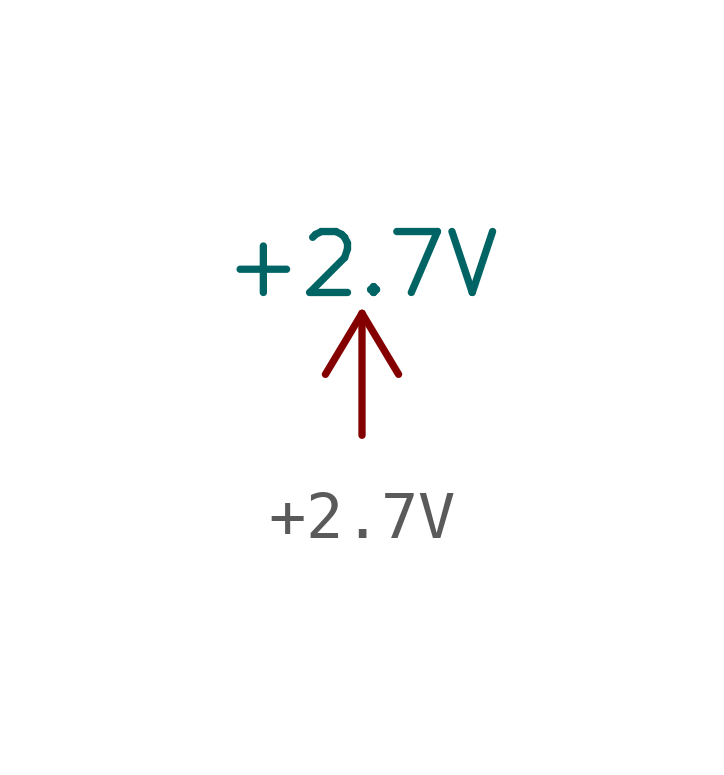
<source format=kicad_sym>
(kicad_symbol_lib
  (version 20211014)
  (generator kicad_symbol_editor)
  (symbol "+2.7V"
    (power)
    (pin_names
      (offset 0))
    (property "Reference" "#PWR"
      (at 0 -3.81 0)
      (effects (font (size 1.27 1.27)) hide))
    (property "Value" "+2.7V"
      (at 0 3.556 0)
      (effects (font (size 1.27 1.27))))
    (symbol "+2.7V_0_1"
      (polyline (pts (xy -0.762 1.27) (xy 0 2.54)) (stroke (width 0) (type default) (color 0 0 0 0)) (fill (type none)))
      (polyline (pts (xy 0 0) (xy 0 2.54)) (stroke (width 0) (type default) (color 0 0 0 0)) (fill (type none)))
      (polyline (pts (xy 0 2.54) (xy 0.762 1.27)) (stroke (width 0) (type default) (color 0 0 0 0)) (fill (type none))))
    (symbol "+2.7V_1_1"
      (pin power_in line (at 0 0 90) (length 0) hide (name "+2V7" (effects (font (size 1.27 1.27)))) (number "1" (effects (font (size 1.27 1.27))))))))
</source>
